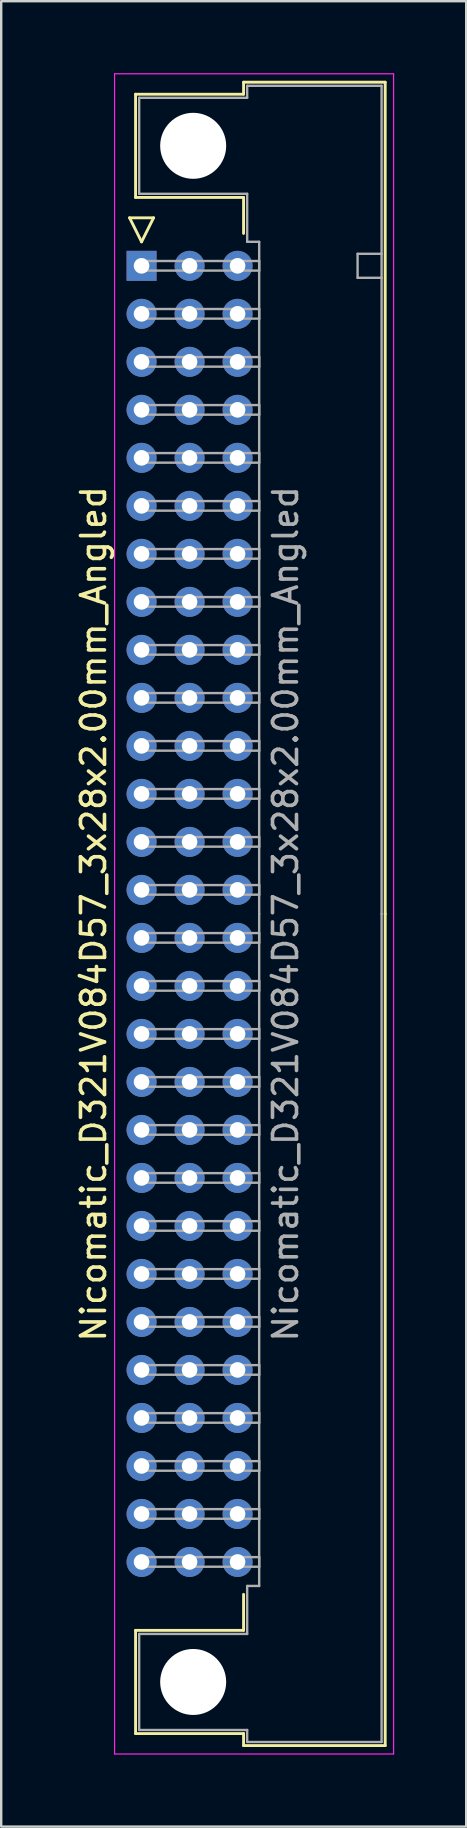
<source format=kicad_pcb>
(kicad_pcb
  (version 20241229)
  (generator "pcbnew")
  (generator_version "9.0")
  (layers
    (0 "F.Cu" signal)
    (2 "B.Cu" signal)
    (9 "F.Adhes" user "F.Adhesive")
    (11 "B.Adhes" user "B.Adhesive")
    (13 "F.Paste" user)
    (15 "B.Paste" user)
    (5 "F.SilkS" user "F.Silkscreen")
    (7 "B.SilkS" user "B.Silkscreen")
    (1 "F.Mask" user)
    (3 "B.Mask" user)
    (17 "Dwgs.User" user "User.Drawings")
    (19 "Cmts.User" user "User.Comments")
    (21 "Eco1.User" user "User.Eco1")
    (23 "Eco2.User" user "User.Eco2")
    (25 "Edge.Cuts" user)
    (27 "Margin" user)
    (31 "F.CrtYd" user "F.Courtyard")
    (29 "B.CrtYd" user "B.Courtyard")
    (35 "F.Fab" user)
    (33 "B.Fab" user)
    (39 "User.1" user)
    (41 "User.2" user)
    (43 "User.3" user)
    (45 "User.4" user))
  (footprint "Nicomatic_D321V084D57_3x28x2.00mm_Angled"
    (layer "F.Cu")
    (at 2.848 8.025)
    (property "Reference" "Nicomatic_D321V084D57_3x28x2.00mm_Angled" (at -2 27 90) (layer "F.SilkS") (effects (font (size 1 1) (thickness 0.15))))
    (attr through_hole)
    (fp_line (start -0.5 -2) (end 0 -1) (stroke (width 0.12) (type solid)) (layer "F.SilkS"))
    (fp_line (start -0.25 -7.15) (end -0.25 -2.85) (stroke (width 0.12) (type solid)) (layer "F.SilkS"))
    (fp_line (start -0.25 -2.85) (end 4.25 -2.85) (stroke (width 0.12) (type solid)) (layer "F.SilkS"))
    (fp_line (start -0.25 56.85) (end 4.25 56.85) (stroke (width 0.12) (type solid)) (layer "F.SilkS"))
    (fp_line (start -0.25 61.15) (end -0.25 56.85) (stroke (width 0.12) (type solid)) (layer "F.SilkS"))
    (fp_line (start 0 -1) (end 0.5 -2) (stroke (width 0.12) (type solid)) (layer "F.SilkS"))
    (fp_line (start 0.5 -2) (end -0.5 -2) (stroke (width 0.12) (type solid)) (layer "F.SilkS"))
    (fp_line (start 4.25 -7.65) (end 4.25 -7.15) (stroke (width 0.12) (type solid)) (layer "F.SilkS"))
    (fp_line (start 4.25 -7.15) (end -0.25 -7.15) (stroke (width 0.12) (type solid)) (layer "F.SilkS"))
    (fp_line (start 4.25 -2.85) (end 4.25 -1.35) (stroke (width 0.12) (type solid)) (layer "F.SilkS"))
    (fp_line (start 4.25 56.85) (end 4.25 55.35) (stroke (width 0.12) (type solid)) (layer "F.SilkS"))
    (fp_line (start 4.25 61.15) (end -0.25 61.15) (stroke (width 0.12) (type solid)) (layer "F.SilkS"))
    (fp_line (start 4.25 61.65) (end 4.25 61.15) (stroke (width 0.12) (type solid)) (layer "F.SilkS"))
    (fp_line (start 10.15 -7.65) (end 4.25 -7.65) (stroke (width 0.12) (type solid)) (layer "F.SilkS"))
    (fp_line (start 10.15 27) (end 10.15 -7.65) (stroke (width 0.12) (type solid)) (layer "F.SilkS"))
    (fp_line (start 10.15 27) (end 10.15 61.65) (stroke (width 0.12) (type solid)) (layer "F.SilkS"))
    (fp_line (start 10.15 61.65) (end 4.25 61.65) (stroke (width 0.12) (type solid)) (layer "F.SilkS"))
    (fp_line (start -1.125 -8) (end -1.125 62) (stroke (width 0.05) (type solid)) (layer "F.CrtYd"))
    (fp_line (start -1.125 62) (end 10.5 62) (stroke (width 0.05) (type solid)) (layer "F.CrtYd"))
    (fp_line (start 10.5 -8) (end -1.125 -8) (stroke (width 0.05) (type solid)) (layer "F.CrtYd"))
    (fp_line (start 10.5 62) (end 10.5 -8) (stroke (width 0.05) (type solid)) (layer "F.CrtYd"))
    (fp_line (start -0.1 -7) (end -0.1 -3) (stroke (width 0.1) (type solid)) (layer "F.Fab"))
    (fp_line (start -0.1 -3) (end 4.4 -3) (stroke (width 0.1) (type solid)) (layer "F.Fab"))
    (fp_line (start -0.1 57) (end 4.4 57) (stroke (width 0.1) (type solid)) (layer "F.Fab"))
    (fp_line (start -0.1 61) (end -0.1 57) (stroke (width 0.1) (type solid)) (layer "F.Fab"))
    (fp_line (start 0 -0.2) (end 0 0.2) (stroke (width 0.1) (type solid)) (layer "F.Fab"))
    (fp_line (start 0 0.2) (end 4.9 0.2) (stroke (width 0.1) (type solid)) (layer "F.Fab"))
    (fp_line (start 0 1.8) (end 0 2.2) (stroke (width 0.1) (type solid)) (layer "F.Fab"))
    (fp_line (start 0 2.2) (end 4.9 2.2) (stroke (width 0.1) (type solid)) (layer "F.Fab"))
    (fp_line (start 0 3.8) (end 0 4.2) (stroke (width 0.1) (type solid)) (layer "F.Fab"))
    (fp_line (start 0 4.2) (end 4.9 4.2) (stroke (width 0.1) (type solid)) (layer "F.Fab"))
    (fp_line (start 0 5.8) (end 0 6.2) (stroke (width 0.1) (type solid)) (layer "F.Fab"))
    (fp_line (start 0 6.2) (end 4.9 6.2) (stroke (width 0.1) (type solid)) (layer "F.Fab"))
    (fp_line (start 0 7.8) (end 0 8.2) (stroke (width 0.1) (type solid)) (layer "F.Fab"))
    (fp_line (start 0 8.2) (end 4.9 8.2) (stroke (width 0.1) (type solid)) (layer "F.Fab"))
    (fp_line (start 0 9.8) (end 0 10.2) (stroke (width 0.1) (type solid)) (layer "F.Fab"))
    (fp_line (start 0 10.2) (end 4.9 10.2) (stroke (width 0.1) (type solid)) (layer "F.Fab"))
    (fp_line (start 0 11.8) (end 0 12.2) (stroke (width 0.1) (type solid)) (layer "F.Fab"))
    (fp_line (start 0 12.2) (end 4.9 12.2) (stroke (width 0.1) (type solid)) (layer "F.Fab"))
    (fp_line (start 0 13.8) (end 0 14.2) (stroke (width 0.1) (type solid)) (layer "F.Fab"))
    (fp_line (start 0 14.2) (end 4.9 14.2) (stroke (width 0.1) (type solid)) (layer "F.Fab"))
    (fp_line (start 0 15.8) (end 0 16.2) (stroke (width 0.1) (type solid)) (layer "F.Fab"))
    (fp_line (start 0 16.2) (end 4.9 16.2) (stroke (width 0.1) (type solid)) (layer "F.Fab"))
    (fp_line (start 0 17.8) (end 0 18.2) (stroke (width 0.1) (type solid)) (layer "F.Fab"))
    (fp_line (start 0 18.2) (end 4.9 18.2) (stroke (width 0.1) (type solid)) (layer "F.Fab"))
    (fp_line (start 0 19.8) (end 0 20.2) (stroke (width 0.1) (type solid)) (layer "F.Fab"))
    (fp_line (start 0 20.2) (end 4.9 20.2) (stroke (width 0.1) (type solid)) (layer "F.Fab"))
    (fp_line (start 0 21.8) (end 0 22.2) (stroke (width 0.1) (type solid)) (layer "F.Fab"))
    (fp_line (start 0 22.2) (end 4.9 22.2) (stroke (width 0.1) (type solid)) (layer "F.Fab"))
    (fp_line (start 0 23.8) (end 0 24.2) (stroke (width 0.1) (type solid)) (layer "F.Fab"))
    (fp_line (start 0 24.2) (end 4.9 24.2) (stroke (width 0.1) (type solid)) (layer "F.Fab"))
    (fp_line (start 0 25.8) (end 0 26.2) (stroke (width 0.1) (type solid)) (layer "F.Fab"))
    (fp_line (start 0 26.2) (end 4.9 26.2) (stroke (width 0.1) (type solid)) (layer "F.Fab"))
    (fp_line (start 0 27.8) (end 0 28.2) (stroke (width 0.1) (type solid)) (layer "F.Fab"))
    (fp_line (start 0 28.2) (end 4.9 28.2) (stroke (width 0.1) (type solid)) (layer "F.Fab"))
    (fp_line (start 0 29.8) (end 0 30.2) (stroke (width 0.1) (type solid)) (layer "F.Fab"))
    (fp_line (start 0 30.2) (end 4.9 30.2) (stroke (width 0.1) (type solid)) (layer "F.Fab"))
    (fp_line (start 0 31.8) (end 0 32.2) (stroke (width 0.1) (type solid)) (layer "F.Fab"))
    (fp_line (start 0 32.2) (end 4.9 32.2) (stroke (width 0.1) (type solid)) (layer "F.Fab"))
    (fp_line (start 0 33.8) (end 0 34.2) (stroke (width 0.1) (type solid)) (layer "F.Fab"))
    (fp_line (start 0 34.2) (end 4.9 34.2) (stroke (width 0.1) (type solid)) (layer "F.Fab"))
    (fp_line (start 0 35.8) (end 0 36.2) (stroke (width 0.1) (type solid)) (layer "F.Fab"))
    (fp_line (start 0 36.2) (end 4.9 36.2) (stroke (width 0.1) (type solid)) (layer "F.Fab"))
    (fp_line (start 0 37.8) (end 0 38.2) (stroke (width 0.1) (type solid)) (layer "F.Fab"))
    (fp_line (start 0 38.2) (end 4.9 38.2) (stroke (width 0.1) (type solid)) (layer "F.Fab"))
    (fp_line (start 0 39.8) (end 0 40.2) (stroke (width 0.1) (type solid)) (layer "F.Fab"))
    (fp_line (start 0 40.2) (end 4.9 40.2) (stroke (width 0.1) (type solid)) (layer "F.Fab"))
    (fp_line (start 0 41.8) (end 0 42.2) (stroke (width 0.1) (type solid)) (layer "F.Fab"))
    (fp_line (start 0 42.2) (end 4.9 42.2) (stroke (width 0.1) (type solid)) (layer "F.Fab"))
    (fp_line (start 0 43.8) (end 0 44.2) (stroke (width 0.1) (type solid)) (layer "F.Fab"))
    (fp_line (start 0 44.2) (end 4.9 44.2) (stroke (width 0.1) (type solid)) (layer "F.Fab"))
    (fp_line (start 0 45.8) (end 0 46.2) (stroke (width 0.1) (type solid)) (layer "F.Fab"))
    (fp_line (start 0 46.2) (end 4.9 46.2) (stroke (width 0.1) (type solid)) (layer "F.Fab"))
    (fp_line (start 0 47.8) (end 0 48.2) (stroke (width 0.1) (type solid)) (layer "F.Fab"))
    (fp_line (start 0 48.2) (end 4.9 48.2) (stroke (width 0.1) (type solid)) (layer "F.Fab"))
    (fp_line (start 0 49.8) (end 0 50.2) (stroke (width 0.1) (type solid)) (layer "F.Fab"))
    (fp_line (start 0 50.2) (end 4.9 50.2) (stroke (width 0.1) (type solid)) (layer "F.Fab"))
    (fp_line (start 0 51.8) (end 0 52.2) (stroke (width 0.1) (type solid)) (layer "F.Fab"))
    (fp_line (start 0 52.2) (end 4.9 52.2) (stroke (width 0.1) (type solid)) (layer "F.Fab"))
    (fp_line (start 0 53.8) (end 0 54.2) (stroke (width 0.1) (type solid)) (layer "F.Fab"))
    (fp_line (start 0 54.2) (end 4.9 54.2) (stroke (width 0.1) (type solid)) (layer "F.Fab"))
    (fp_line (start 4.4 -7.5) (end 4.4 -7) (stroke (width 0.1) (type solid)) (layer "F.Fab"))
    (fp_line (start 4.4 -7) (end -0.1 -7) (stroke (width 0.1) (type solid)) (layer "F.Fab"))
    (fp_line (start 4.4 -3) (end 4.4 -1) (stroke (width 0.1) (type solid)) (layer "F.Fab"))
    (fp_line (start 4.4 -1) (end 4.9 -1) (stroke (width 0.1) (type solid)) (layer "F.Fab"))
    (fp_line (start 4.4 55) (end 4.9 55) (stroke (width 0.1) (type solid)) (layer "F.Fab"))
    (fp_line (start 4.4 57) (end 4.4 55) (stroke (width 0.1) (type solid)) (layer "F.Fab"))
    (fp_line (start 4.4 61) (end -0.1 61) (stroke (width 0.1) (type solid)) (layer "F.Fab"))
    (fp_line (start 4.4 61.5) (end 4.4 61) (stroke (width 0.1) (type solid)) (layer "F.Fab"))
    (fp_line (start 4.9 -1) (end 4.9 27) (stroke (width 0.1) (type solid)) (layer "F.Fab"))
    (fp_line (start 4.9 -0.2) (end 0 -0.2) (stroke (width 0.1) (type solid)) (layer "F.Fab"))
    (fp_line (start 4.9 0.2) (end 4.9 -0.2) (stroke (width 0.1) (type solid)) (layer "F.Fab"))
    (fp_line (start 4.9 1.8) (end 0 1.8) (stroke (width 0.1) (type solid)) (layer "F.Fab"))
    (fp_line (start 4.9 2.2) (end 4.9 1.8) (stroke (width 0.1) (type solid)) (layer "F.Fab"))
    (fp_line (start 4.9 3.8) (end 0 3.8) (stroke (width 0.1) (type solid)) (layer "F.Fab"))
    (fp_line (start 4.9 4.2) (end 4.9 3.8) (stroke (width 0.1) (type solid)) (layer "F.Fab"))
    (fp_line (start 4.9 5.8) (end 0 5.8) (stroke (width 0.1) (type solid)) (layer "F.Fab"))
    (fp_line (start 4.9 6.2) (end 4.9 5.8) (stroke (width 0.1) (type solid)) (layer "F.Fab"))
    (fp_line (start 4.9 7.8) (end 0 7.8) (stroke (width 0.1) (type solid)) (layer "F.Fab"))
    (fp_line (start 4.9 8.2) (end 4.9 7.8) (stroke (width 0.1) (type solid)) (layer "F.Fab"))
    (fp_line (start 4.9 9.8) (end 0 9.8) (stroke (width 0.1) (type solid)) (layer "F.Fab"))
    (fp_line (start 4.9 10.2) (end 4.9 9.8) (stroke (width 0.1) (type solid)) (layer "F.Fab"))
    (fp_line (start 4.9 11.8) (end 0 11.8) (stroke (width 0.1) (type solid)) (layer "F.Fab"))
    (fp_line (start 4.9 12.2) (end 4.9 11.8) (stroke (width 0.1) (type solid)) (layer "F.Fab"))
    (fp_line (start 4.9 13.8) (end 0 13.8) (stroke (width 0.1) (type solid)) (layer "F.Fab"))
    (fp_line (start 4.9 14.2) (end 4.9 13.8) (stroke (width 0.1) (type solid)) (layer "F.Fab"))
    (fp_line (start 4.9 15.8) (end 0 15.8) (stroke (width 0.1) (type solid)) (layer "F.Fab"))
    (fp_line (start 4.9 16.2) (end 4.9 15.8) (stroke (width 0.1) (type solid)) (layer "F.Fab"))
    (fp_line (start 4.9 17.8) (end 0 17.8) (stroke (width 0.1) (type solid)) (layer "F.Fab"))
    (fp_line (start 4.9 18.2) (end 4.9 17.8) (stroke (width 0.1) (type solid)) (layer "F.Fab"))
    (fp_line (start 4.9 19.8) (end 0 19.8) (stroke (width 0.1) (type solid)) (layer "F.Fab"))
    (fp_line (start 4.9 20.2) (end 4.9 19.8) (stroke (width 0.1) (type solid)) (layer "F.Fab"))
    (fp_line (start 4.9 21.8) (end 0 21.8) (stroke (width 0.1) (type solid)) (layer "F.Fab"))
    (fp_line (start 4.9 22.2) (end 4.9 21.8) (stroke (width 0.1) (type solid)) (layer "F.Fab"))
    (fp_line (start 4.9 23.8) (end 0 23.8) (stroke (width 0.1) (type solid)) (layer "F.Fab"))
    (fp_line (start 4.9 24.2) (end 4.9 23.8) (stroke (width 0.1) (type solid)) (layer "F.Fab"))
    (fp_line (start 4.9 25.8) (end 0 25.8) (stroke (width 0.1) (type solid)) (layer "F.Fab"))
    (fp_line (start 4.9 26.2) (end 4.9 25.8) (stroke (width 0.1) (type solid)) (layer "F.Fab"))
    (fp_line (start 4.9 27.8) (end 0 27.8) (stroke (width 0.1) (type solid)) (layer "F.Fab"))
    (fp_line (start 4.9 28.2) (end 4.9 27.8) (stroke (width 0.1) (type solid)) (layer "F.Fab"))
    (fp_line (start 4.9 29.8) (end 0 29.8) (stroke (width 0.1) (type solid)) (layer "F.Fab"))
    (fp_line (start 4.9 30.2) (end 4.9 29.8) (stroke (width 0.1) (type solid)) (layer "F.Fab"))
    (fp_line (start 4.9 31.8) (end 0 31.8) (stroke (width 0.1) (type solid)) (layer "F.Fab"))
    (fp_line (start 4.9 32.2) (end 4.9 31.8) (stroke (width 0.1) (type solid)) (layer "F.Fab"))
    (fp_line (start 4.9 33.8) (end 0 33.8) (stroke (width 0.1) (type solid)) (layer "F.Fab"))
    (fp_line (start 4.9 34.2) (end 4.9 33.8) (stroke (width 0.1) (type solid)) (layer "F.Fab"))
    (fp_line (start 4.9 35.8) (end 0 35.8) (stroke (width 0.1) (type solid)) (layer "F.Fab"))
    (fp_line (start 4.9 36.2) (end 4.9 35.8) (stroke (width 0.1) (type solid)) (layer "F.Fab"))
    (fp_line (start 4.9 37.8) (end 0 37.8) (stroke (width 0.1) (type solid)) (layer "F.Fab"))
    (fp_line (start 4.9 38.2) (end 4.9 37.8) (stroke (width 0.1) (type solid)) (layer "F.Fab"))
    (fp_line (start 4.9 39.8) (end 0 39.8) (stroke (width 0.1) (type solid)) (layer "F.Fab"))
    (fp_line (start 4.9 40.2) (end 4.9 39.8) (stroke (width 0.1) (type solid)) (layer "F.Fab"))
    (fp_line (start 4.9 41.8) (end 0 41.8) (stroke (width 0.1) (type solid)) (layer "F.Fab"))
    (fp_line (start 4.9 42.2) (end 4.9 41.8) (stroke (width 0.1) (type solid)) (layer "F.Fab"))
    (fp_line (start 4.9 43.8) (end 0 43.8) (stroke (width 0.1) (type solid)) (layer "F.Fab"))
    (fp_line (start 4.9 44.2) (end 4.9 43.8) (stroke (width 0.1) (type solid)) (layer "F.Fab"))
    (fp_line (start 4.9 45.8) (end 0 45.8) (stroke (width 0.1) (type solid)) (layer "F.Fab"))
    (fp_line (start 4.9 46.2) (end 4.9 45.8) (stroke (width 0.1) (type solid)) (layer "F.Fab"))
    (fp_line (start 4.9 47.8) (end 0 47.8) (stroke (width 0.1) (type solid)) (layer "F.Fab"))
    (fp_line (start 4.9 48.2) (end 4.9 47.8) (stroke (width 0.1) (type solid)) (layer "F.Fab"))
    (fp_line (start 4.9 49.8) (end 0 49.8) (stroke (width 0.1) (type solid)) (layer "F.Fab"))
    (fp_line (start 4.9 50.2) (end 4.9 49.8) (stroke (width 0.1) (type solid)) (layer "F.Fab"))
    (fp_line (start 4.9 51.8) (end 0 51.8) (stroke (width 0.1) (type solid)) (layer "F.Fab"))
    (fp_line (start 4.9 52.2) (end 4.9 51.8) (stroke (width 0.1) (type solid)) (layer "F.Fab"))
    (fp_line (start 4.9 53.8) (end 0 53.8) (stroke (width 0.1) (type solid)) (layer "F.Fab"))
    (fp_line (start 4.9 54.2) (end 4.9 53.8) (stroke (width 0.1) (type solid)) (layer "F.Fab"))
    (fp_line (start 4.9 55) (end 4.9 27) (stroke (width 0.1) (type solid)) (layer "F.Fab"))
    (fp_line (start 9 -0.5) (end 9 0.5) (stroke (width 0.1) (type solid)) (layer "F.Fab"))
    (fp_line (start 9 0.5) (end 10 0.5) (stroke (width 0.1) (type solid)) (layer "F.Fab"))
    (fp_line (start 10 -7.5) (end 4.4 -7.5) (stroke (width 0.1) (type solid)) (layer "F.Fab"))
    (fp_line (start 10 -0.5) (end 9 -0.5) (stroke (width 0.1) (type solid)) (layer "F.Fab"))
    (fp_line (start 10 27) (end 10 -7.5) (stroke (width 0.1) (type solid)) (layer "F.Fab"))
    (fp_line (start 10 27) (end 10 61.5) (stroke (width 0.1) (type solid)) (layer "F.Fab"))
    (fp_line (start 10 61.5) (end 4.4 61.5) (stroke (width 0.1) (type solid)) (layer "F.Fab"))
    (fp_text user "${REFERENCE}" (at 6 27 90) (layer "F.Fab") (effects (font (size 1 1) (thickness 0.15))))
    (pad "" np_thru_hole circle (at 2.15 -5) (size 2.75 2.75) (drill 2.75) (layers "*.Cu" "*.Mask"))
    (pad "" np_thru_hole circle (at 2.15 59) (size 2.75 2.75) (drill 2.75) (layers "*.Cu" "*.Mask"))
    (pad "1" thru_hole rect (at 0 0) (size 1.25 1.25) (drill 0.65) (layers "*.Cu" "*.Mask"))
    (pad "2" thru_hole oval (at 0 2) (size 1.25 1.25) (drill 0.65) (layers "*.Cu" "*.Mask"))
    (pad "3" thru_hole oval (at 0 4) (size 1.25 1.25) (drill 0.65) (layers "*.Cu" "*.Mask"))
    (pad "4" thru_hole oval (at 0 6) (size 1.25 1.25) (drill 0.65) (layers "*.Cu" "*.Mask"))
    (pad "5" thru_hole oval (at 0 8) (size 1.25 1.25) (drill 0.65) (layers "*.Cu" "*.Mask"))
    (pad "6" thru_hole oval (at 0 10) (size 1.25 1.25) (drill 0.65) (layers "*.Cu" "*.Mask"))
    (pad "7" thru_hole oval (at 0 12) (size 1.25 1.25) (drill 0.65) (layers "*.Cu" "*.Mask"))
    (pad "8" thru_hole oval (at 0 14) (size 1.25 1.25) (drill 0.65) (layers "*.Cu" "*.Mask"))
    (pad "9" thru_hole oval (at 0 16) (size 1.25 1.25) (drill 0.65) (layers "*.Cu" "*.Mask"))
    (pad "10" thru_hole oval (at 0 18) (size 1.25 1.25) (drill 0.65) (layers "*.Cu" "*.Mask"))
    (pad "11" thru_hole oval (at 0 20) (size 1.25 1.25) (drill 0.65) (layers "*.Cu" "*.Mask"))
    (pad "12" thru_hole oval (at 0 22) (size 1.25 1.25) (drill 0.65) (layers "*.Cu" "*.Mask"))
    (pad "13" thru_hole oval (at 0 24) (size 1.25 1.25) (drill 0.65) (layers "*.Cu" "*.Mask"))
    (pad "14" thru_hole oval (at 0 26) (size 1.25 1.25) (drill 0.65) (layers "*.Cu" "*.Mask"))
    (pad "15" thru_hole oval (at 0 28) (size 1.25 1.25) (drill 0.65) (layers "*.Cu" "*.Mask"))
    (pad "16" thru_hole oval (at 0 30) (size 1.25 1.25) (drill 0.65) (layers "*.Cu" "*.Mask"))
    (pad "17" thru_hole oval (at 0 32) (size 1.25 1.25) (drill 0.65) (layers "*.Cu" "*.Mask"))
    (pad "18" thru_hole oval (at 0 34) (size 1.25 1.25) (drill 0.65) (layers "*.Cu" "*.Mask"))
    (pad "19" thru_hole oval (at 0 36) (size 1.25 1.25) (drill 0.65) (layers "*.Cu" "*.Mask"))
    (pad "20" thru_hole oval (at 0 38) (size 1.25 1.25) (drill 0.65) (layers "*.Cu" "*.Mask"))
    (pad "21" thru_hole oval (at 0 40) (size 1.25 1.25) (drill 0.65) (layers "*.Cu" "*.Mask"))
    (pad "22" thru_hole oval (at 0 42) (size 1.25 1.25) (drill 0.65) (layers "*.Cu" "*.Mask"))
    (pad "23" thru_hole oval (at 0 44) (size 1.25 1.25) (drill 0.65) (layers "*.Cu" "*.Mask"))
    (pad "24" thru_hole oval (at 0 46) (size 1.25 1.25) (drill 0.65) (layers "*.Cu" "*.Mask"))
    (pad "25" thru_hole oval (at 0 48) (size 1.25 1.25) (drill 0.65) (layers "*.Cu" "*.Mask"))
    (pad "26" thru_hole oval (at 0 50) (size 1.25 1.25) (drill 0.65) (layers "*.Cu" "*.Mask"))
    (pad "27" thru_hole oval (at 0 52) (size 1.25 1.25) (drill 0.65) (layers "*.Cu" "*.Mask"))
    (pad "28" thru_hole oval (at 0 54) (size 1.25 1.25) (drill 0.65) (layers "*.Cu" "*.Mask"))
    (pad "29" thru_hole oval (at 2 0) (size 1.25 1.25) (drill 0.65) (layers "*.Cu" "*.Mask"))
    (pad "30" thru_hole oval (at 2 2) (size 1.25 1.25) (drill 0.65) (layers "*.Cu" "*.Mask"))
    (pad "31" thru_hole oval (at 2 4) (size 1.25 1.25) (drill 0.65) (layers "*.Cu" "*.Mask"))
    (pad "32" thru_hole oval (at 2 6) (size 1.25 1.25) (drill 0.65) (layers "*.Cu" "*.Mask"))
    (pad "33" thru_hole oval (at 2 8) (size 1.25 1.25) (drill 0.65) (layers "*.Cu" "*.Mask"))
    (pad "34" thru_hole oval (at 2 10) (size 1.25 1.25) (drill 0.65) (layers "*.Cu" "*.Mask"))
    (pad "35" thru_hole oval (at 2 12) (size 1.25 1.25) (drill 0.65) (layers "*.Cu" "*.Mask"))
    (pad "36" thru_hole oval (at 2 14) (size 1.25 1.25) (drill 0.65) (layers "*.Cu" "*.Mask"))
    (pad "37" thru_hole oval (at 2 16) (size 1.25 1.25) (drill 0.65) (layers "*.Cu" "*.Mask"))
    (pad "38" thru_hole oval (at 2 18) (size 1.25 1.25) (drill 0.65) (layers "*.Cu" "*.Mask"))
    (pad "39" thru_hole oval (at 2 20) (size 1.25 1.25) (drill 0.65) (layers "*.Cu" "*.Mask"))
    (pad "40" thru_hole oval (at 2 22) (size 1.25 1.25) (drill 0.65) (layers "*.Cu" "*.Mask"))
    (pad "41" thru_hole oval (at 2 24) (size 1.25 1.25) (drill 0.65) (layers "*.Cu" "*.Mask"))
    (pad "42" thru_hole oval (at 2 26) (size 1.25 1.25) (drill 0.65) (layers "*.Cu" "*.Mask"))
    (pad "43" thru_hole oval (at 2 28) (size 1.25 1.25) (drill 0.65) (layers "*.Cu" "*.Mask"))
    (pad "44" thru_hole oval (at 2 30) (size 1.25 1.25) (drill 0.65) (layers "*.Cu" "*.Mask"))
    (pad "45" thru_hole oval (at 2 32) (size 1.25 1.25) (drill 0.65) (layers "*.Cu" "*.Mask"))
    (pad "46" thru_hole oval (at 2 34) (size 1.25 1.25) (drill 0.65) (layers "*.Cu" "*.Mask"))
    (pad "47" thru_hole oval (at 2 36) (size 1.25 1.25) (drill 0.65) (layers "*.Cu" "*.Mask"))
    (pad "48" thru_hole oval (at 2 38) (size 1.25 1.25) (drill 0.65) (layers "*.Cu" "*.Mask"))
    (pad "49" thru_hole oval (at 2 40) (size 1.25 1.25) (drill 0.65) (layers "*.Cu" "*.Mask"))
    (pad "50" thru_hole oval (at 2 42) (size 1.25 1.25) (drill 0.65) (layers "*.Cu" "*.Mask"))
    (pad "51" thru_hole oval (at 2 44) (size 1.25 1.25) (drill 0.65) (layers "*.Cu" "*.Mask"))
    (pad "52" thru_hole oval (at 2 46) (size 1.25 1.25) (drill 0.65) (layers "*.Cu" "*.Mask"))
    (pad "53" thru_hole oval (at 2 48) (size 1.25 1.25) (drill 0.65) (layers "*.Cu" "*.Mask"))
    (pad "54" thru_hole oval (at 2 50) (size 1.25 1.25) (drill 0.65) (layers "*.Cu" "*.Mask"))
    (pad "55" thru_hole oval (at 2 52) (size 1.25 1.25) (drill 0.65) (layers "*.Cu" "*.Mask"))
    (pad "56" thru_hole oval (at 2 54) (size 1.25 1.25) (drill 0.65) (layers "*.Cu" "*.Mask"))
    (pad "57" thru_hole oval (at 4 0) (size 1.25 1.25) (drill 0.65) (layers "*.Cu" "*.Mask"))
    (pad "58" thru_hole oval (at 4 2) (size 1.25 1.25) (drill 0.65) (layers "*.Cu" "*.Mask"))
    (pad "59" thru_hole oval (at 4 4) (size 1.25 1.25) (drill 0.65) (layers "*.Cu" "*.Mask"))
    (pad "60" thru_hole oval (at 4 6) (size 1.25 1.25) (drill 0.65) (layers "*.Cu" "*.Mask"))
    (pad "61" thru_hole oval (at 4 8) (size 1.25 1.25) (drill 0.65) (layers "*.Cu" "*.Mask"))
    (pad "62" thru_hole oval (at 4 10) (size 1.25 1.25) (drill 0.65) (layers "*.Cu" "*.Mask"))
    (pad "63" thru_hole oval (at 4 12) (size 1.25 1.25) (drill 0.65) (layers "*.Cu" "*.Mask"))
    (pad "64" thru_hole oval (at 4 14) (size 1.25 1.25) (drill 0.65) (layers "*.Cu" "*.Mask"))
    (pad "65" thru_hole oval (at 4 16) (size 1.25 1.25) (drill 0.65) (layers "*.Cu" "*.Mask"))
    (pad "66" thru_hole oval (at 4 18) (size 1.25 1.25) (drill 0.65) (layers "*.Cu" "*.Mask"))
    (pad "67" thru_hole oval (at 4 20) (size 1.25 1.25) (drill 0.65) (layers "*.Cu" "*.Mask"))
    (pad "68" thru_hole oval (at 4 22) (size 1.25 1.25) (drill 0.65) (layers "*.Cu" "*.Mask"))
    (pad "69" thru_hole oval (at 4 24) (size 1.25 1.25) (drill 0.65) (layers "*.Cu" "*.Mask"))
    (pad "70" thru_hole oval (at 4 26) (size 1.25 1.25) (drill 0.65) (layers "*.Cu" "*.Mask"))
    (pad "71" thru_hole oval (at 4 28) (size 1.25 1.25) (drill 0.65) (layers "*.Cu" "*.Mask"))
    (pad "72" thru_hole oval (at 4 30) (size 1.25 1.25) (drill 0.65) (layers "*.Cu" "*.Mask"))
    (pad "73" thru_hole oval (at 4 32) (size 1.25 1.25) (drill 0.65) (layers "*.Cu" "*.Mask"))
    (pad "74" thru_hole oval (at 4 34) (size 1.25 1.25) (drill 0.65) (layers "*.Cu" "*.Mask"))
    (pad "75" thru_hole oval (at 4 36) (size 1.25 1.25) (drill 0.65) (layers "*.Cu" "*.Mask"))
    (pad "76" thru_hole oval (at 4 38) (size 1.25 1.25) (drill 0.65) (layers "*.Cu" "*.Mask"))
    (pad "77" thru_hole oval (at 4 40) (size 1.25 1.25) (drill 0.65) (layers "*.Cu" "*.Mask"))
    (pad "78" thru_hole oval (at 4 42) (size 1.25 1.25) (drill 0.65) (layers "*.Cu" "*.Mask"))
    (pad "79" thru_hole oval (at 4 44) (size 1.25 1.25) (drill 0.65) (layers "*.Cu" "*.Mask"))
    (pad "80" thru_hole oval (at 4 46) (size 1.25 1.25) (drill 0.65) (layers "*.Cu" "*.Mask"))
    (pad "81" thru_hole oval (at 4 48) (size 1.25 1.25) (drill 0.65) (layers "*.Cu" "*.Mask"))
    (pad "82" thru_hole oval (at 4 50) (size 1.25 1.25) (drill 0.65) (layers "*.Cu" "*.Mask"))
    (pad "83" thru_hole oval (at 4 52) (size 1.25 1.25) (drill 0.65) (layers "*.Cu" "*.Mask"))
    (pad "84" thru_hole oval (at 4 54) (size 1.25 1.25) (drill 0.65) (layers "*.Cu" "*.Mask")))
  (gr_rect
    (start -3 -3)
    (end 16.373 73.05)
    (stroke (width 0.1) (type default))
    (fill no)
    (layer "Edge.Cuts")))
</source>
